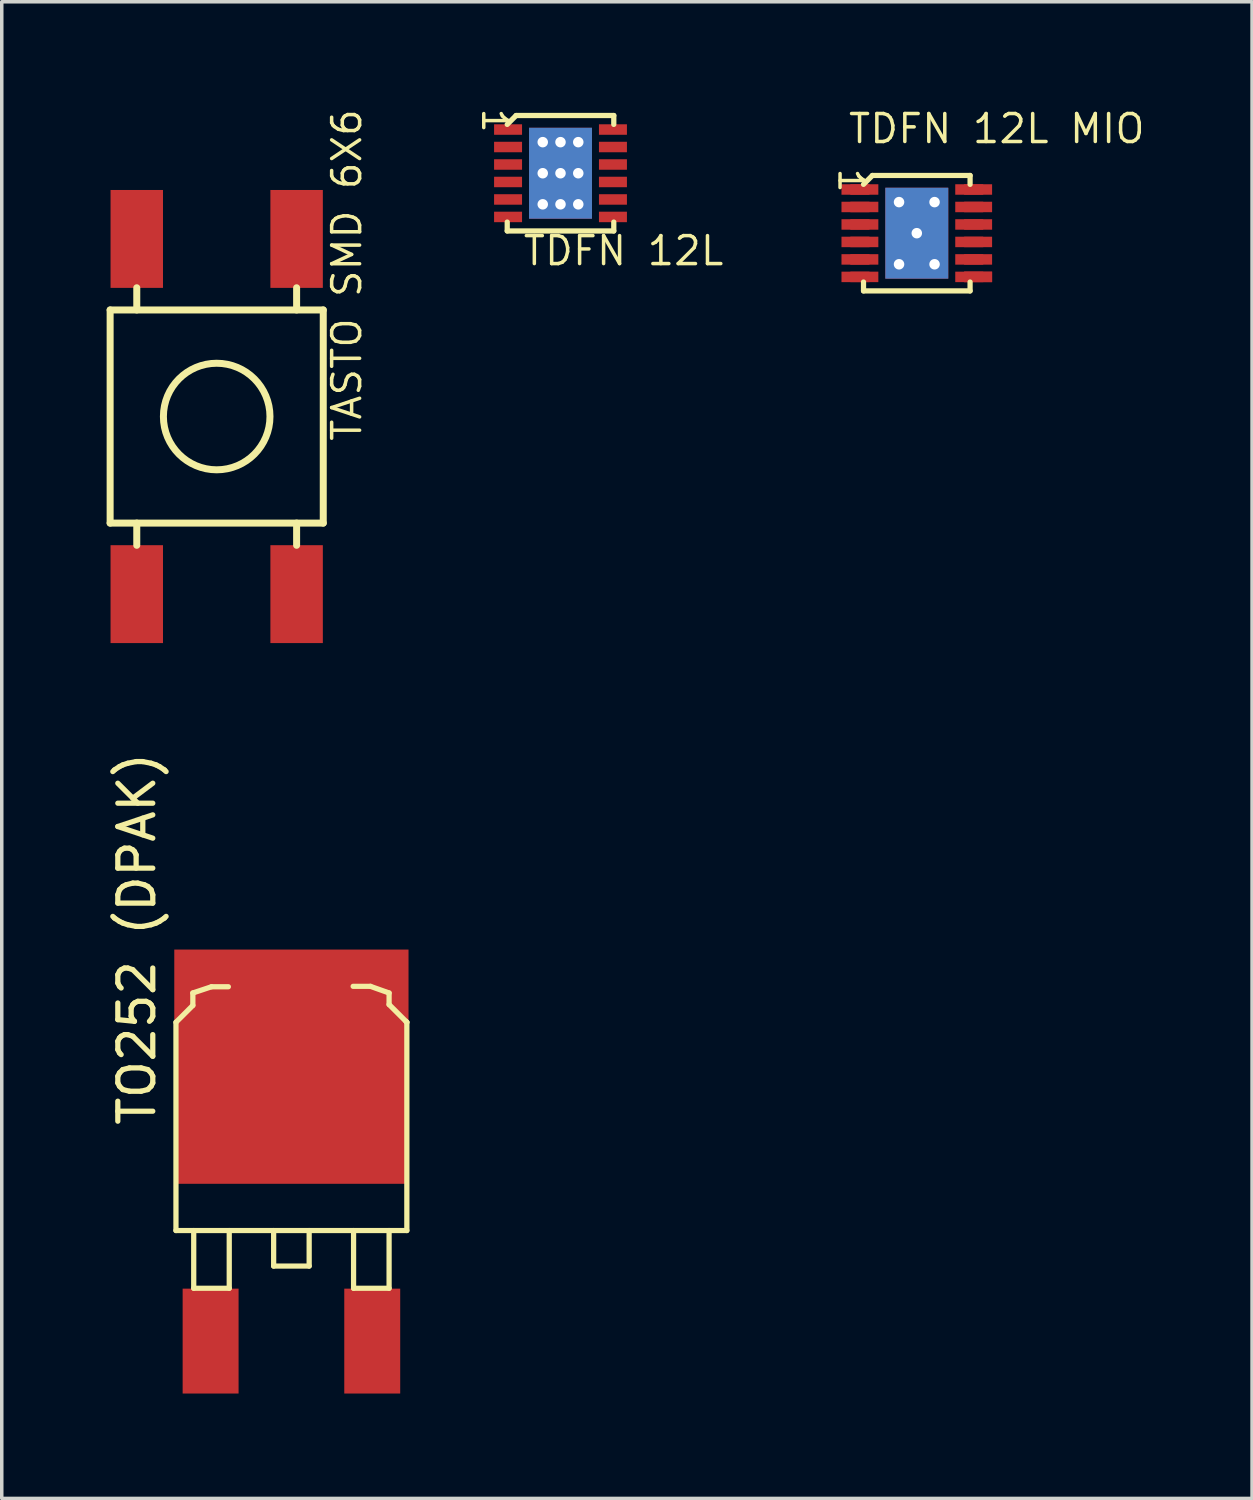
<source format=kicad_pcb>
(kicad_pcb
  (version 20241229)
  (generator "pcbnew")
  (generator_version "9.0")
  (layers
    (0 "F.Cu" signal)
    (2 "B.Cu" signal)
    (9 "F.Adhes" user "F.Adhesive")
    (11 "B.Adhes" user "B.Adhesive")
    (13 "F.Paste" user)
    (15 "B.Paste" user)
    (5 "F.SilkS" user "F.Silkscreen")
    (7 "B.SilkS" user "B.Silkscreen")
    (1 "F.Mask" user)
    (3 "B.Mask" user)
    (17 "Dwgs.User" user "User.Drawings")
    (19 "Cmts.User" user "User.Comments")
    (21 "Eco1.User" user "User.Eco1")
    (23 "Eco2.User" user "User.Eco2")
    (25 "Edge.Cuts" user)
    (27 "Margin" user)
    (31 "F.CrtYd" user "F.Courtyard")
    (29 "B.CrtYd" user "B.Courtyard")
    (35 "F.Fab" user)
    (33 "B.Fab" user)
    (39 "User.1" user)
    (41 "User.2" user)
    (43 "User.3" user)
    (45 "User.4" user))
  (footprint "TDFN 12L MIO"
    (layer "F.Cu")
    (at 21.419 2.37)
    (property "Reference" "TDFN 12L MIO" (at -0.254 -1.27 0) (unlocked yes) (layer "F.SilkS") (effects (font (size 0.8 0.8) (thickness 0.1)) (justify left bottom)))
    (fp_line (start 0.23 -0.147) (end 0.484 -0.401) (stroke (width 0.15) (type solid)) (layer "F.SilkS"))
    (fp_line (start 0.23 2.901) (end 0.23 2.647) (stroke (width 0.15) (type solid)) (layer "F.SilkS"))
    (fp_line (start 0.23 2.901) (end 3.278 2.901) (stroke (width 0.15) (type solid)) (layer "F.SilkS"))
    (fp_line (start 0.484 -0.401) (end 3.278 -0.401) (stroke (width 0.15) (type solid)) (layer "F.SilkS"))
    (fp_line (start 3.278 -0.147) (end 3.278 -0.401) (stroke (width 0.15) (type solid)) (layer "F.SilkS"))
    (fp_line (start 3.278 2.901) (end 3.278 2.647) (stroke (width 0.15) (type solid)) (layer "F.SilkS"))
    (fp_text user "1" (at -0.532 -0.655 270) (unlocked yes) (layer "F.SilkS") (effects (font (size 0.7 0.7) (thickness 0.1)) (justify left bottom)))
    (pad "1" smd rect (at 0 0 180) (size 0.8 0.3) (layers "F.Cu" "F.Mask" "F.Paste"))
    (pad "1" smd rect (at 0.254 0 180) (size 0.8 0.3) (layers "F.Cu" "F.Mask" "F.Paste"))
    (pad "2" smd rect (at 0 0.5 180) (size 0.8 0.3) (layers "F.Cu" "F.Mask" "F.Paste"))
    (pad "2" smd rect (at 0.254 0.5 180) (size 0.8 0.3) (layers "F.Cu" "F.Mask" "F.Paste"))
    (pad "3" smd rect (at 0 1 180) (size 0.8 0.3) (layers "F.Cu" "F.Mask" "F.Paste"))
    (pad "3" smd rect (at 0.254 1 180) (size 0.8 0.3) (layers "F.Cu" "F.Mask" "F.Paste"))
    (pad "4" smd rect (at 0 1.5 180) (size 0.8 0.3) (layers "F.Cu" "F.Mask" "F.Paste"))
    (pad "4" smd rect (at 0.254 1.5 180) (size 0.8 0.3) (layers "F.Cu" "F.Mask" "F.Paste"))
    (pad "5" smd rect (at 0 2 180) (size 0.8 0.3) (layers "F.Cu" "F.Mask" "F.Paste"))
    (pad "5" smd rect (at 0.254 2 180) (size 0.8 0.3) (layers "F.Cu" "F.Mask" "F.Paste"))
    (pad "6" smd rect (at 0 2.5 180) (size 0.8 0.3) (layers "F.Cu" "F.Mask" "F.Paste"))
    (pad "6" smd rect (at 0.254 2.5 180) (size 0.8 0.3) (layers "F.Cu" "F.Mask" "F.Paste"))
    (pad "7" smd rect (at 3.254 2.5 180) (size 0.8 0.3) (layers "F.Cu" "F.Mask" "F.Paste"))
    (pad "7" smd rect (at 3.508 2.5 180) (size 0.8 0.3) (layers "F.Cu" "F.Mask" "F.Paste"))
    (pad "7" smd rect (at 3.508 2.5 180) (size 0.8 0.3) (layers "F.Cu" "F.Mask" "F.Paste"))
    (pad "8" smd rect (at 3.254 2 180) (size 0.8 0.3) (layers "F.Cu" "F.Mask" "F.Paste"))
    (pad "8" smd rect (at 3.508 2 180) (size 0.8 0.3) (layers "F.Cu" "F.Mask" "F.Paste"))
    (pad "9" smd rect (at 3.254 1.5 180) (size 0.8 0.3) (layers "F.Cu" "F.Mask" "F.Paste"))
    (pad "9" smd rect (at 3.508 1.5 180) (size 0.8 0.3) (layers "F.Cu" "F.Mask" "F.Paste"))
    (pad "10" smd rect (at 3.254 1 180) (size 0.8 0.3) (layers "F.Cu" "F.Mask" "F.Paste"))
    (pad "10" smd rect (at 3.508 1 180) (size 0.8 0.3) (layers "F.Cu" "F.Mask" "F.Paste"))
    (pad "11" smd rect (at 3.254 0.5 180) (size 0.8 0.3) (layers "F.Cu" "F.Mask" "F.Paste"))
    (pad "11" smd rect (at 3.508 0.5 180) (size 0.8 0.3) (layers "F.Cu" "F.Mask" "F.Paste"))
    (pad "12" smd rect (at 3.254 0 180) (size 0.8 0.3) (layers "F.Cu" "F.Mask" "F.Paste"))
    (pad "12" smd rect (at 3.508 0 180) (size 0.8 0.3) (layers "F.Cu" "F.Mask" "F.Paste"))
    (pad "13" thru_hole circle (at 1.246 0.361 180) (size 0.6 0.6) (drill 0.3) (layers "*.Cu" "*.Mask"))
    (pad "13" thru_hole circle (at 1.246 2.139 180) (size 0.6 0.6) (drill 0.3) (layers "*.Cu" "*.Mask"))
    (pad "13" thru_hole rect (at 1.754 1.25 180) (size 1.8 2.6) (drill 0.3) (layers "*.Cu" "*.Mask"))
    (pad "13" thru_hole circle (at 2.262 0.361 180) (size 0.6 0.6) (drill 0.3) (layers "*.Cu" "*.Mask"))
    (pad "13" thru_hole circle (at 2.262 2.139 180) (size 0.6 0.6) (drill 0.3) (layers "*.Cu" "*.Mask")))
  (footprint "TDFN 12L"
    (layer "F.Cu")
    (at 11.482 0.655)
    (property "Reference" "TDFN 12L" (at 0.381 3.937 0) (unlocked yes) (layer "F.SilkS") (effects (font (size 0.8 0.8) (thickness 0.1)) (justify left bottom)))
    (fp_line (start -0.024 2.647) (end -0.024 2.901) (stroke (width 0.15) (type solid)) (layer "F.SilkS"))
    (fp_line (start -0.024 2.901) (end 3.024 2.901) (stroke (width 0.15) (type solid)) (layer "F.SilkS"))
    (fp_line (start 0.23 -0.401) (end -0.024 -0.147) (stroke (width 0.15) (type solid)) (layer "F.SilkS"))
    (fp_line (start 0.23 -0.401) (end 3.024 -0.401) (stroke (width 0.15) (type solid)) (layer "F.SilkS"))
    (fp_line (start 3.024 -0.401) (end 3.024 -0.147) (stroke (width 0.15) (type solid)) (layer "F.SilkS"))
    (fp_line (start 3.024 2.647) (end 3.024 2.901) (stroke (width 0.15) (type solid)) (layer "F.SilkS"))
    (fp_text user "1" (at -0.786 -0.655 270) (unlocked yes) (layer "F.SilkS") (effects (font (size 0.7 0.7) (thickness 0.1)) (justify left bottom)))
    (pad "1" smd rect (at 0 0 180) (size 0.8 0.3) (layers "F.Cu" "F.Mask" "F.Paste"))
    (pad "2" smd rect (at 0 0.5 180) (size 0.8 0.3) (layers "F.Cu" "F.Mask" "F.Paste"))
    (pad "3" smd rect (at 0 1 180) (size 0.8 0.3) (layers "F.Cu" "F.Mask" "F.Paste"))
    (pad "4" smd rect (at 0 1.5 180) (size 0.8 0.3) (layers "F.Cu" "F.Mask" "F.Paste"))
    (pad "5" smd rect (at 0 2 180) (size 0.8 0.3) (layers "F.Cu" "F.Mask" "F.Paste"))
    (pad "6" smd rect (at 0 2.5 180) (size 0.8 0.3) (layers "F.Cu" "F.Mask" "F.Paste"))
    (pad "7" smd rect (at 3 2.5 180) (size 0.8 0.3) (layers "F.Cu" "F.Mask" "F.Paste"))
    (pad "8" smd rect (at 3 2 180) (size 0.8 0.3) (layers "F.Cu" "F.Mask" "F.Paste"))
    (pad "9" smd rect (at 3 1.5 180) (size 0.8 0.3) (layers "F.Cu" "F.Mask" "F.Paste"))
    (pad "10" smd rect (at 3 1 180) (size 0.8 0.3) (layers "F.Cu" "F.Mask" "F.Paste"))
    (pad "11" smd rect (at 3 0.5 180) (size 0.8 0.3) (layers "F.Cu" "F.Mask" "F.Paste"))
    (pad "12" smd rect (at 3 0 180) (size 0.8 0.3) (layers "F.Cu" "F.Mask" "F.Paste"))
    (pad "13" thru_hole circle (at 0.992 0.361 180) (size 0.6 0.6) (drill 0.3) (layers "*.Cu" "*.Mask"))
    (pad "13" thru_hole circle (at 0.992 1.25 180) (size 0.6 0.6) (drill 0.3) (layers "*.Cu" "*.Mask"))
    (pad "13" thru_hole circle (at 0.992 2.139 180) (size 0.6 0.6) (drill 0.3) (layers "*.Cu" "*.Mask"))
    (pad "13" thru_hole circle (at 1.5 0.361 180) (size 0.6 0.6) (drill 0.3) (layers "*.Cu" "*.Mask"))
    (pad "13" thru_hole rect (at 1.5 1.25 180) (size 1.8 2.6) (drill 0.3) (layers "*.Cu" "*.Mask"))
    (pad "13" thru_hole circle (at 1.5 2.139 180) (size 0.6 0.6) (drill 0.3) (layers "*.Cu" "*.Mask"))
    (pad "13" thru_hole circle (at 2.008 0.361 180) (size 0.6 0.6) (drill 0.3) (layers "*.Cu" "*.Mask"))
    (pad "13" thru_hole circle (at 2.008 1.25 180) (size 0.6 0.6) (drill 0.3) (layers "*.Cu" "*.Mask"))
    (pad "13" thru_hole circle (at 2.008 2.139 180) (size 0.6 0.6) (drill 0.3) (layers "*.Cu" "*.Mask")))
  (footprint "TO252 (DPAK)"
    (layer "F.Cu")
    (at 2.974 35.309)
    (property "Reference" "TO252 (DPAK)" (at -1.524 -6.096 90) (unlocked yes) (layer "F.SilkS") (effects (font (size 1 1) (thickness 0.15)) (justify left bottom)))
    (fp_line (start -0.991 -9.119) (end -0.508 -9.601) (stroke (width 0.15) (type solid)) (layer "F.SilkS"))
    (fp_line (start -0.991 -3.162) (end -0.991 -9.119) (stroke (width 0.15) (type solid)) (layer "F.SilkS"))
    (fp_line (start -0.508 -9.957) (end 0.025 -10.135) (stroke (width 0.15) (type solid)) (layer "F.SilkS"))
    (fp_line (start -0.508 -9.601) (end -0.508 -9.957) (stroke (width 0.15) (type solid)) (layer "F.SilkS"))
    (fp_line (start -0.483 -1.511) (end -0.483 -3.162) (stroke (width 0.15) (type solid)) (layer "F.SilkS"))
    (fp_line (start 0.508 -10.135) (end 0.025 -10.135) (stroke (width 0.15) (type solid)) (layer "F.SilkS"))
    (fp_line (start 0.533 -1.511) (end -0.483 -1.511) (stroke (width 0.15) (type solid)) (layer "F.SilkS"))
    (fp_line (start 0.533 -1.511) (end 0.533 -3.162) (stroke (width 0.15) (type solid)) (layer "F.SilkS"))
    (fp_line (start 1.803 -2.146) (end 1.803 -3.162) (stroke (width 0.15) (type solid)) (layer "F.SilkS"))
    (fp_line (start 2.819 -2.146) (end 1.803 -2.146) (stroke (width 0.15) (type solid)) (layer "F.SilkS"))
    (fp_line (start 2.819 -2.146) (end 2.819 -3.162) (stroke (width 0.15) (type solid)) (layer "F.SilkS"))
    (fp_line (start 4.089 -1.511) (end 4.089 -3.162) (stroke (width 0.15) (type solid)) (layer "F.SilkS"))
    (fp_line (start 4.572 -10.147) (end 4.077 -10.147) (stroke (width 0.15) (type solid)) (layer "F.SilkS"))
    (fp_line (start 5.105 -9.957) (end 4.572 -10.147) (stroke (width 0.15) (type solid)) (layer "F.SilkS"))
    (fp_line (start 5.105 -9.627) (end 5.105 -9.957) (stroke (width 0.15) (type solid)) (layer "F.SilkS"))
    (fp_line (start 5.105 -1.511) (end 4.089 -1.511) (stroke (width 0.15) (type solid)) (layer "F.SilkS"))
    (fp_line (start 5.105 -1.511) (end 5.105 -3.162) (stroke (width 0.15) (type solid)) (layer "F.SilkS"))
    (fp_line (start 5.613 -9.119) (end 5.105 -9.627) (stroke (width 0.15) (type solid)) (layer "F.SilkS"))
    (fp_line (start 5.613 -9.119) (end 5.588 -9.144) (stroke (width 0.15) (type solid)) (layer "F.SilkS"))
    (fp_line (start 5.613 -3.162) (end -0.991 -3.162) (stroke (width 0.15) (type solid)) (layer "F.SilkS"))
    (fp_line (start 5.613 -3.162) (end 5.613 -9.119) (stroke (width 0.15) (type solid)) (layer "F.SilkS"))
    (pad "1" smd rect (at 0 0) (size 1.6 3) (layers "F.Cu" "F.Mask" "F.Paste"))
    (pad "2" smd rect (at 2.311 -7.849) (size 6.7 6.7) (layers "F.Cu" "F.Mask" "F.Paste"))
    (pad "3" smd rect (at 4.623 0) (size 1.6 3) (layers "F.Cu" "F.Mask" "F.Paste")))
  (footprint "TASTO SMD 6X6"
    (layer "F.Cu")
    (at 3.148 8.864)
    (property "Reference" "TASTO SMD 6X6" (at 4.191 0.762 90) (unlocked yes) (layer "F.SilkS") (effects (font (size 0.8 0.8) (thickness 0.1)) (justify left bottom)))
    (fp_line (start -3.048 -3.048) (end 3.048 -3.048) (stroke (width 0.2) (type solid)) (layer "F.SilkS"))
    (fp_line (start -3.048 3.048) (end -3.048 -3.048) (stroke (width 0.2) (type solid)) (layer "F.SilkS"))
    (fp_line (start -3.048 3.048) (end 3.048 3.048) (stroke (width 0.2) (type solid)) (layer "F.SilkS"))
    (fp_line (start -2.286 -3.048) (end -2.286 -3.683) (stroke (width 0.2) (type solid)) (layer "F.SilkS"))
    (fp_line (start -2.286 3.683) (end -2.286 3.048) (stroke (width 0.2) (type solid)) (layer "F.SilkS"))
    (fp_line (start 2.286 -3.048) (end 2.286 -3.683) (stroke (width 0.2) (type solid)) (layer "F.SilkS"))
    (fp_line (start 2.286 3.683) (end 2.286 3.048) (stroke (width 0.2) (type solid)) (layer "F.SilkS"))
    (fp_line (start 3.048 3.048) (end 3.048 -3.048) (stroke (width 0.2) (type solid)) (layer "F.SilkS"))
    (fp_circle (center 0 0) (end 0 -1.524) (stroke (width 0.2) (type solid)) (fill no) (layer "F.SilkS"))
    (pad "1" smd rect (at -2.286 -5.08 90) (size 2.8 1.5) (layers "F.Cu" "F.Mask" "F.Paste"))
    (pad "2" smd rect (at -2.286 5.08 90) (size 2.8 1.5) (layers "F.Cu" "F.Mask" "F.Paste"))
    (pad "3" smd rect (at 2.286 -5.08 90) (size 2.8 1.5) (layers "F.Cu" "F.Mask" "F.Paste"))
    (pad "4" smd rect (at 2.286 5.08 90) (size 2.8 1.5) (layers "F.Cu" "F.Mask" "F.Paste")))
  (gr_rect
    (start -3 -3)
    (end 32.762 39.809)
    (stroke (width 0.1) (type default))
    (fill no)
    (layer "Edge.Cuts")))
</source>
